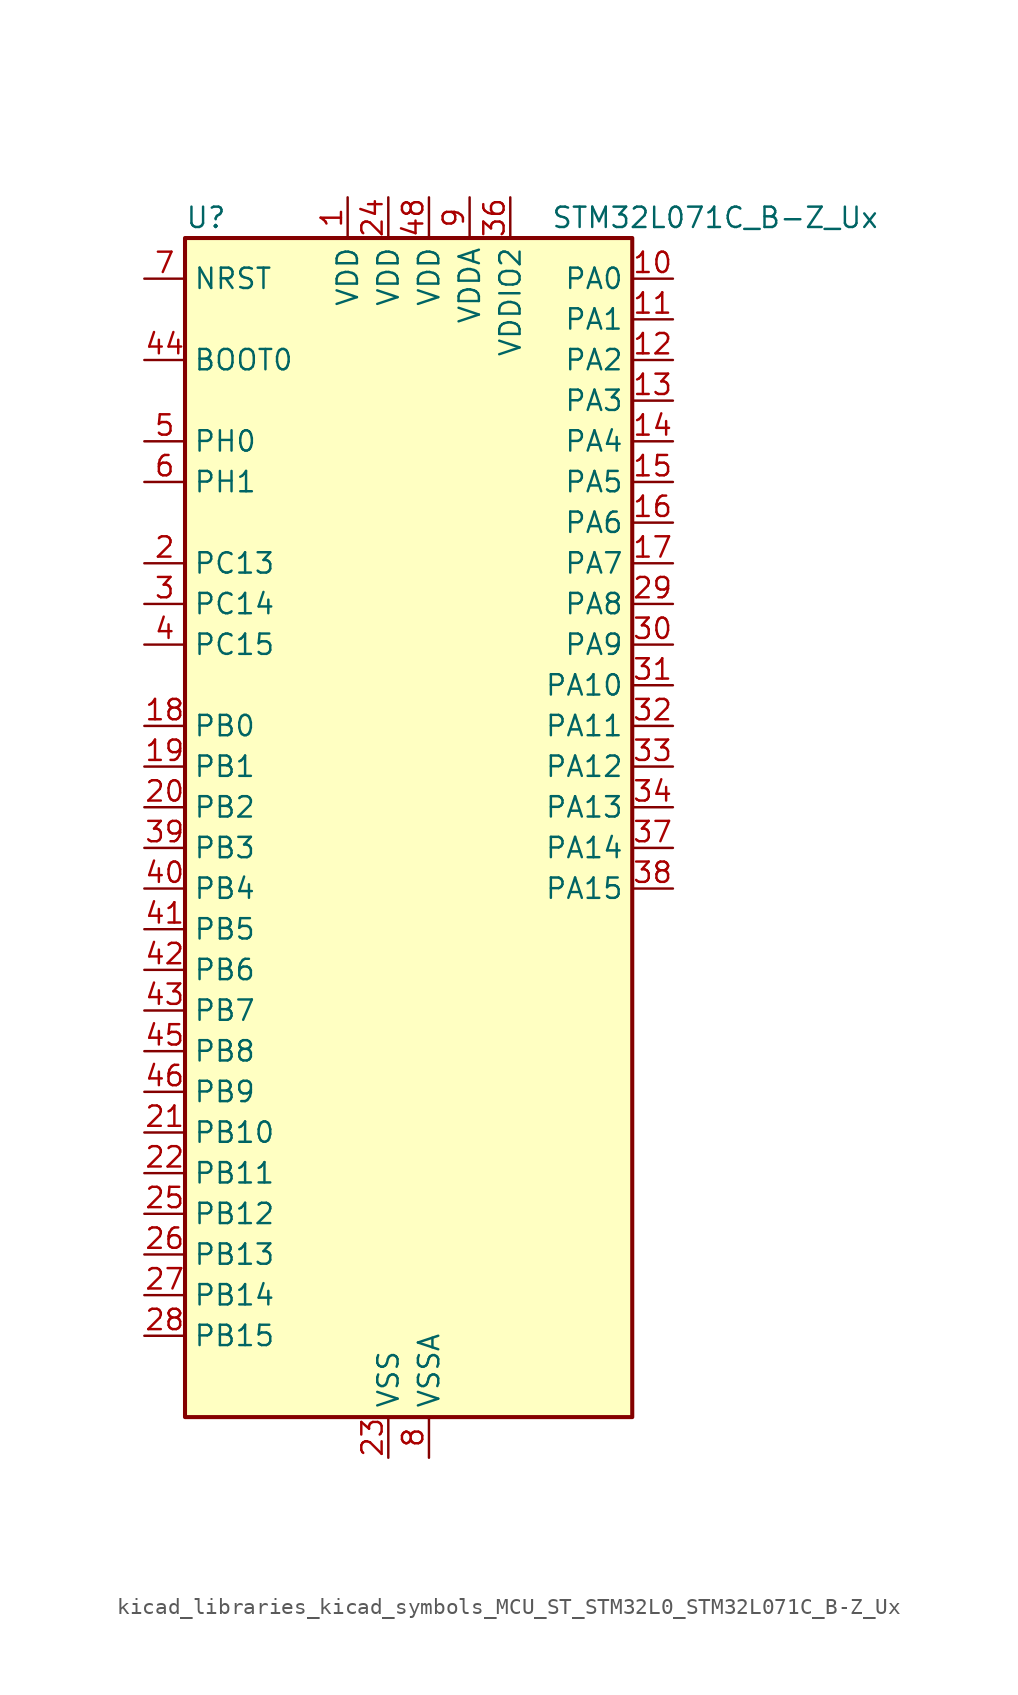
<source format=kicad_sym>
(kicad_symbol_lib
  (version 20220914)
  (generator kicad_symbol_editor)
  (symbol "kicad_libraries_kicad_symbols_MCU_ST_STM32L0_STM32L071C_B-Z_Ux"
    (property "Reference" "U"
      (at -12.7 39.37 0)
      (effects (font (size 1.27 1.27)) (justify left)))
    (property "Value" "STM32L071C_B-Z_Ux"
      (at 10.16 39.37 0)
      (effects (font (size 1.27 1.27)) (justify left)))
    (property "ki_locked" ""
      (at 0 0 0)
      (effects (font (size 1.27 1.27))))
    (symbol "kicad_libraries_kicad_symbols_MCU_ST_STM32L0_STM32L071C_B-Z_Ux_0_1"
      (rectangle (start -12.7 -35.56) (end 15.24 38.1) (stroke (width 0.254) (type default)) (fill (type background))))
    (symbol "kicad_libraries_kicad_symbols_MCU_ST_STM32L0_STM32L071C_B-Z_Ux_1_1"
      (pin power_in line (at -2.54 40.64 270) (length 2.54) (name "VDD" (effects (font (size 1.27 1.27)))) (number "1" (effects (font (size 1.27 1.27)))))
      (pin bidirectional line (at 17.78 35.56 180) (length 2.54) (name "PA0" (effects (font (size 1.27 1.27)))) (number "10" (effects (font (size 1.27 1.27)))) (alternate "ADC_IN0" bidirectional line) (alternate "COMP1_INM" bidirectional line) (alternate "COMP1_OUT" bidirectional line) (alternate "RTC_TAMP2" bidirectional line) (alternate "SYS_WKUP1" bidirectional line) (alternate "TIM2_CH1" bidirectional line) (alternate "TIM2_ETR" bidirectional line) (alternate "USART2_CTS" bidirectional line) (alternate "USART4_TX" bidirectional line))
      (pin bidirectional line (at 17.78 33.02 180) (length 2.54) (name "PA1" (effects (font (size 1.27 1.27)))) (number "11" (effects (font (size 1.27 1.27)))) (alternate "ADC_IN1" bidirectional line) (alternate "COMP1_INP" bidirectional line) (alternate "TIM21_ETR" bidirectional line) (alternate "TIM2_CH2" bidirectional line) (alternate "USART2_DE" bidirectional line) (alternate "USART2_RTS" bidirectional line) (alternate "USART4_RX" bidirectional line))
      (pin bidirectional line (at 17.78 30.48 180) (length 2.54) (name "PA2" (effects (font (size 1.27 1.27)))) (number "12" (effects (font (size 1.27 1.27)))) (alternate "ADC_IN2" bidirectional line) (alternate "COMP2_INM" bidirectional line) (alternate "COMP2_OUT" bidirectional line) (alternate "LPUART1_TX" bidirectional line) (alternate "TIM21_CH1" bidirectional line) (alternate "TIM2_CH3" bidirectional line) (alternate "USART2_TX" bidirectional line))
      (pin bidirectional line (at 17.78 27.94 180) (length 2.54) (name "PA3" (effects (font (size 1.27 1.27)))) (number "13" (effects (font (size 1.27 1.27)))) (alternate "ADC_IN3" bidirectional line) (alternate "COMP2_INP" bidirectional line) (alternate "LPUART1_RX" bidirectional line) (alternate "TIM21_CH2" bidirectional line) (alternate "TIM2_CH4" bidirectional line) (alternate "USART2_RX" bidirectional line))
      (pin bidirectional line (at 17.78 25.4 180) (length 2.54) (name "PA4" (effects (font (size 1.27 1.27)))) (number "14" (effects (font (size 1.27 1.27)))) (alternate "ADC_IN4" bidirectional line) (alternate "COMP1_INM" bidirectional line) (alternate "COMP2_INM" bidirectional line) (alternate "SPI1_NSS" bidirectional line) (alternate "TIM22_ETR" bidirectional line) (alternate "USART2_CK" bidirectional line))
      (pin bidirectional line (at 17.78 22.86 180) (length 2.54) (name "PA5" (effects (font (size 1.27 1.27)))) (number "15" (effects (font (size 1.27 1.27)))) (alternate "ADC_IN5" bidirectional line) (alternate "COMP1_INM" bidirectional line) (alternate "COMP2_INM" bidirectional line) (alternate "SPI1_SCK" bidirectional line) (alternate "TIM2_CH1" bidirectional line) (alternate "TIM2_ETR" bidirectional line))
      (pin bidirectional line (at 17.78 20.32 180) (length 2.54) (name "PA6" (effects (font (size 1.27 1.27)))) (number "16" (effects (font (size 1.27 1.27)))) (alternate "ADC_IN6" bidirectional line) (alternate "COMP1_OUT" bidirectional line) (alternate "LPUART1_CTS" bidirectional line) (alternate "SPI1_MISO" bidirectional line) (alternate "TIM22_CH1" bidirectional line) (alternate "TIM3_CH1" bidirectional line))
      (pin bidirectional line (at 17.78 17.78 180) (length 2.54) (name "PA7" (effects (font (size 1.27 1.27)))) (number "17" (effects (font (size 1.27 1.27)))) (alternate "ADC_IN7" bidirectional line) (alternate "COMP2_OUT" bidirectional line) (alternate "SPI1_MOSI" bidirectional line) (alternate "TIM22_CH2" bidirectional line) (alternate "TIM3_CH2" bidirectional line))
      (pin bidirectional line (at -15.24 7.62 0) (length 2.54) (name "PB0" (effects (font (size 1.27 1.27)))) (number "18" (effects (font (size 1.27 1.27)))) (alternate "ADC_IN8" bidirectional line) (alternate "SYS_VREF_OUT_PB0" bidirectional line) (alternate "TIM3_CH3" bidirectional line))
      (pin bidirectional line (at -15.24 5.08 0) (length 2.54) (name "PB1" (effects (font (size 1.27 1.27)))) (number "19" (effects (font (size 1.27 1.27)))) (alternate "ADC_IN9" bidirectional line) (alternate "LPUART1_DE" bidirectional line) (alternate "LPUART1_RTS" bidirectional line) (alternate "SYS_VREF_OUT_PB1" bidirectional line) (alternate "TIM3_CH4" bidirectional line))
      (pin bidirectional line (at -15.24 17.78 0) (length 2.54) (name "PC13" (effects (font (size 1.27 1.27)))) (number "2" (effects (font (size 1.27 1.27)))) (alternate "RTC_OUT_ALARM" bidirectional line) (alternate "RTC_OUT_CALIB" bidirectional line) (alternate "RTC_TAMP1" bidirectional line) (alternate "RTC_TS" bidirectional line) (alternate "SYS_WKUP2" bidirectional line))
      (pin bidirectional line (at -15.24 2.54 0) (length 2.54) (name "PB2" (effects (font (size 1.27 1.27)))) (number "20" (effects (font (size 1.27 1.27)))) (alternate "I2C3_SMBA" bidirectional line) (alternate "LPTIM1_OUT" bidirectional line))
      (pin bidirectional line (at -15.24 -17.78 0) (length 2.54) (name "PB10" (effects (font (size 1.27 1.27)))) (number "21" (effects (font (size 1.27 1.27)))) (alternate "I2C2_SCL" bidirectional line) (alternate "LPUART1_RX" bidirectional line) (alternate "LPUART1_TX" bidirectional line) (alternate "SPI2_SCK" bidirectional line) (alternate "TIM2_CH3" bidirectional line))
      (pin bidirectional line (at -15.24 -20.32 0) (length 2.54) (name "PB11" (effects (font (size 1.27 1.27)))) (number "22" (effects (font (size 1.27 1.27)))) (alternate "ADC_EXTI11" bidirectional line) (alternate "I2C2_SDA" bidirectional line) (alternate "LPUART1_RX" bidirectional line) (alternate "LPUART1_TX" bidirectional line) (alternate "TIM2_CH4" bidirectional line))
      (pin power_in line (at 0 -38.1 90) (length 2.54) (name "VSS" (effects (font (size 1.27 1.27)))) (number "23" (effects (font (size 1.27 1.27)))))
      (pin power_in line (at 0 40.64 270) (length 2.54) (name "VDD" (effects (font (size 1.27 1.27)))) (number "24" (effects (font (size 1.27 1.27)))))
      (pin bidirectional line (at -15.24 -22.86 0) (length 2.54) (name "PB12" (effects (font (size 1.27 1.27)))) (number "25" (effects (font (size 1.27 1.27)))) (alternate "I2S2_WS" bidirectional line) (alternate "LPUART1_DE" bidirectional line) (alternate "LPUART1_RTS" bidirectional line) (alternate "SPI2_NSS" bidirectional line))
      (pin bidirectional line (at -15.24 -25.4 0) (length 2.54) (name "PB13" (effects (font (size 1.27 1.27)))) (number "26" (effects (font (size 1.27 1.27)))) (alternate "I2C2_SCL" bidirectional line) (alternate "I2S2_CK" bidirectional line) (alternate "LPUART1_CTS" bidirectional line) (alternate "RCC_MCO" bidirectional line) (alternate "SPI2_SCK" bidirectional line) (alternate "TIM21_CH1" bidirectional line))
      (pin bidirectional line (at -15.24 -27.94 0) (length 2.54) (name "PB14" (effects (font (size 1.27 1.27)))) (number "27" (effects (font (size 1.27 1.27)))) (alternate "I2C2_SDA" bidirectional line) (alternate "I2S2_MCK" bidirectional line) (alternate "LPUART1_DE" bidirectional line) (alternate "LPUART1_RTS" bidirectional line) (alternate "RTC_OUT_ALARM" bidirectional line) (alternate "RTC_OUT_CALIB" bidirectional line) (alternate "SPI2_MISO" bidirectional line) (alternate "TIM21_CH2" bidirectional line))
      (pin bidirectional line (at -15.24 -30.48 0) (length 2.54) (name "PB15" (effects (font (size 1.27 1.27)))) (number "28" (effects (font (size 1.27 1.27)))) (alternate "I2S2_SD" bidirectional line) (alternate "RTC_REFIN" bidirectional line) (alternate "SPI2_MOSI" bidirectional line))
      (pin bidirectional line (at 17.78 15.24 180) (length 2.54) (name "PA8" (effects (font (size 1.27 1.27)))) (number "29" (effects (font (size 1.27 1.27)))) (alternate "I2C3_SCL" bidirectional line) (alternate "RCC_MCO" bidirectional line) (alternate "USART1_CK" bidirectional line))
      (pin bidirectional line (at -15.24 15.24 0) (length 2.54) (name "PC14" (effects (font (size 1.27 1.27)))) (number "3" (effects (font (size 1.27 1.27)))) (alternate "RCC_OSC32_IN" bidirectional line))
      (pin bidirectional line (at 17.78 12.7 180) (length 2.54) (name "PA9" (effects (font (size 1.27 1.27)))) (number "30" (effects (font (size 1.27 1.27)))) (alternate "I2C1_SCL" bidirectional line) (alternate "I2C3_SMBA" bidirectional line) (alternate "RCC_MCO" bidirectional line) (alternate "USART1_TX" bidirectional line))
      (pin bidirectional line (at 17.78 10.16 180) (length 2.54) (name "PA10" (effects (font (size 1.27 1.27)))) (number "31" (effects (font (size 1.27 1.27)))) (alternate "I2C1_SDA" bidirectional line) (alternate "USART1_RX" bidirectional line))
      (pin bidirectional line (at 17.78 7.62 180) (length 2.54) (name "PA11" (effects (font (size 1.27 1.27)))) (number "32" (effects (font (size 1.27 1.27)))) (alternate "ADC_EXTI11" bidirectional line) (alternate "COMP1_OUT" bidirectional line) (alternate "SPI1_MISO" bidirectional line) (alternate "USART1_CTS" bidirectional line))
      (pin bidirectional line (at 17.78 5.08 180) (length 2.54) (name "PA12" (effects (font (size 1.27 1.27)))) (number "33" (effects (font (size 1.27 1.27)))) (alternate "COMP2_OUT" bidirectional line) (alternate "SPI1_MOSI" bidirectional line) (alternate "USART1_DE" bidirectional line) (alternate "USART1_RTS" bidirectional line))
      (pin bidirectional line (at 17.78 2.54 180) (length 2.54) (name "PA13" (effects (font (size 1.27 1.27)))) (number "34" (effects (font (size 1.27 1.27)))) (alternate "LPUART1_RX" bidirectional line) (alternate "SYS_SWDIO" bidirectional line))
      (pin passive line (at 0 -38.1 90) (length 2.54) hide (name "VSS" (effects (font (size 1.27 1.27)))) (number "35" (effects (font (size 1.27 1.27)))))
      (pin power_in line (at 7.62 40.64 270) (length 2.54) (name "VDDIO2" (effects (font (size 1.27 1.27)))) (number "36" (effects (font (size 1.27 1.27)))))
      (pin bidirectional line (at 17.78 0 180) (length 2.54) (name "PA14" (effects (font (size 1.27 1.27)))) (number "37" (effects (font (size 1.27 1.27)))) (alternate "LPUART1_TX" bidirectional line) (alternate "SYS_SWCLK" bidirectional line) (alternate "USART2_TX" bidirectional line))
      (pin bidirectional line (at 17.78 -2.54 180) (length 2.54) (name "PA15" (effects (font (size 1.27 1.27)))) (number "38" (effects (font (size 1.27 1.27)))) (alternate "SPI1_NSS" bidirectional line) (alternate "TIM2_CH1" bidirectional line) (alternate "TIM2_ETR" bidirectional line) (alternate "USART2_RX" bidirectional line) (alternate "USART4_DE" bidirectional line) (alternate "USART4_RTS" bidirectional line))
      (pin bidirectional line (at -15.24 0 0) (length 2.54) (name "PB3" (effects (font (size 1.27 1.27)))) (number "39" (effects (font (size 1.27 1.27)))) (alternate "COMP2_INM" bidirectional line) (alternate "SPI1_SCK" bidirectional line) (alternate "TIM2_CH2" bidirectional line) (alternate "USART1_DE" bidirectional line) (alternate "USART1_RTS" bidirectional line) (alternate "USART5_TX" bidirectional line))
      (pin bidirectional line (at -15.24 12.7 0) (length 2.54) (name "PC15" (effects (font (size 1.27 1.27)))) (number "4" (effects (font (size 1.27 1.27)))) (alternate "RCC_OSC32_OUT" bidirectional line))
      (pin bidirectional line (at -15.24 -2.54 0) (length 2.54) (name "PB4" (effects (font (size 1.27 1.27)))) (number "40" (effects (font (size 1.27 1.27)))) (alternate "COMP2_INP" bidirectional line) (alternate "I2C3_SDA" bidirectional line) (alternate "SPI1_MISO" bidirectional line) (alternate "TIM22_CH1" bidirectional line) (alternate "TIM3_CH1" bidirectional line) (alternate "USART1_CTS" bidirectional line) (alternate "USART5_RX" bidirectional line))
      (pin bidirectional line (at -15.24 -5.08 0) (length 2.54) (name "PB5" (effects (font (size 1.27 1.27)))) (number "41" (effects (font (size 1.27 1.27)))) (alternate "COMP2_INP" bidirectional line) (alternate "I2C1_SMBA" bidirectional line) (alternate "LPTIM1_IN1" bidirectional line) (alternate "SPI1_MOSI" bidirectional line) (alternate "TIM22_CH2" bidirectional line) (alternate "TIM3_CH2" bidirectional line) (alternate "USART1_CK" bidirectional line) (alternate "USART5_CK" bidirectional line) (alternate "USART5_DE" bidirectional line) (alternate "USART5_RTS" bidirectional line))
      (pin bidirectional line (at -15.24 -7.62 0) (length 2.54) (name "PB6" (effects (font (size 1.27 1.27)))) (number "42" (effects (font (size 1.27 1.27)))) (alternate "COMP2_INP" bidirectional line) (alternate "I2C1_SCL" bidirectional line) (alternate "LPTIM1_ETR" bidirectional line) (alternate "USART1_TX" bidirectional line))
      (pin bidirectional line (at -15.24 -10.16 0) (length 2.54) (name "PB7" (effects (font (size 1.27 1.27)))) (number "43" (effects (font (size 1.27 1.27)))) (alternate "COMP2_INP" bidirectional line) (alternate "I2C1_SDA" bidirectional line) (alternate "LPTIM1_IN2" bidirectional line) (alternate "SYS_PVD_IN" bidirectional line) (alternate "USART1_RX" bidirectional line) (alternate "USART4_CTS" bidirectional line))
      (pin input line (at -15.24 30.48 0) (length 2.54) (name "BOOT0" (effects (font (size 1.27 1.27)))) (number "44" (effects (font (size 1.27 1.27)))))
      (pin bidirectional line (at -15.24 -12.7 0) (length 2.54) (name "PB8" (effects (font (size 1.27 1.27)))) (number "45" (effects (font (size 1.27 1.27)))) (alternate "I2C1_SCL" bidirectional line))
      (pin bidirectional line (at -15.24 -15.24 0) (length 2.54) (name "PB9" (effects (font (size 1.27 1.27)))) (number "46" (effects (font (size 1.27 1.27)))) (alternate "I2C1_SDA" bidirectional line) (alternate "I2S2_WS" bidirectional line) (alternate "SPI2_NSS" bidirectional line))
      (pin passive line (at 0 -38.1 90) (length 2.54) hide (name "VSS" (effects (font (size 1.27 1.27)))) (number "47" (effects (font (size 1.27 1.27)))))
      (pin power_in line (at 2.54 40.64 270) (length 2.54) (name "VDD" (effects (font (size 1.27 1.27)))) (number "48" (effects (font (size 1.27 1.27)))))
      (pin passive line (at 0 -38.1 90) (length 2.54) hide (name "VSS" (effects (font (size 1.27 1.27)))) (number "49" (effects (font (size 1.27 1.27)))))
      (pin bidirectional line (at -15.24 25.4 0) (length 2.54) (name "PH0" (effects (font (size 1.27 1.27)))) (number "5" (effects (font (size 1.27 1.27)))) (alternate "RCC_OSC_IN" bidirectional line))
      (pin bidirectional line (at -15.24 22.86 0) (length 2.54) (name "PH1" (effects (font (size 1.27 1.27)))) (number "6" (effects (font (size 1.27 1.27)))) (alternate "RCC_OSC_OUT" bidirectional line))
      (pin input line (at -15.24 35.56 0) (length 2.54) (name "NRST" (effects (font (size 1.27 1.27)))) (number "7" (effects (font (size 1.27 1.27)))))
      (pin power_in line (at 2.54 -38.1 90) (length 2.54) (name "VSSA" (effects (font (size 1.27 1.27)))) (number "8" (effects (font (size 1.27 1.27)))))
      (pin power_in line (at 5.08 40.64 270) (length 2.54) (name "VDDA" (effects (font (size 1.27 1.27)))) (number "9" (effects (font (size 1.27 1.27))))))))
</source>
